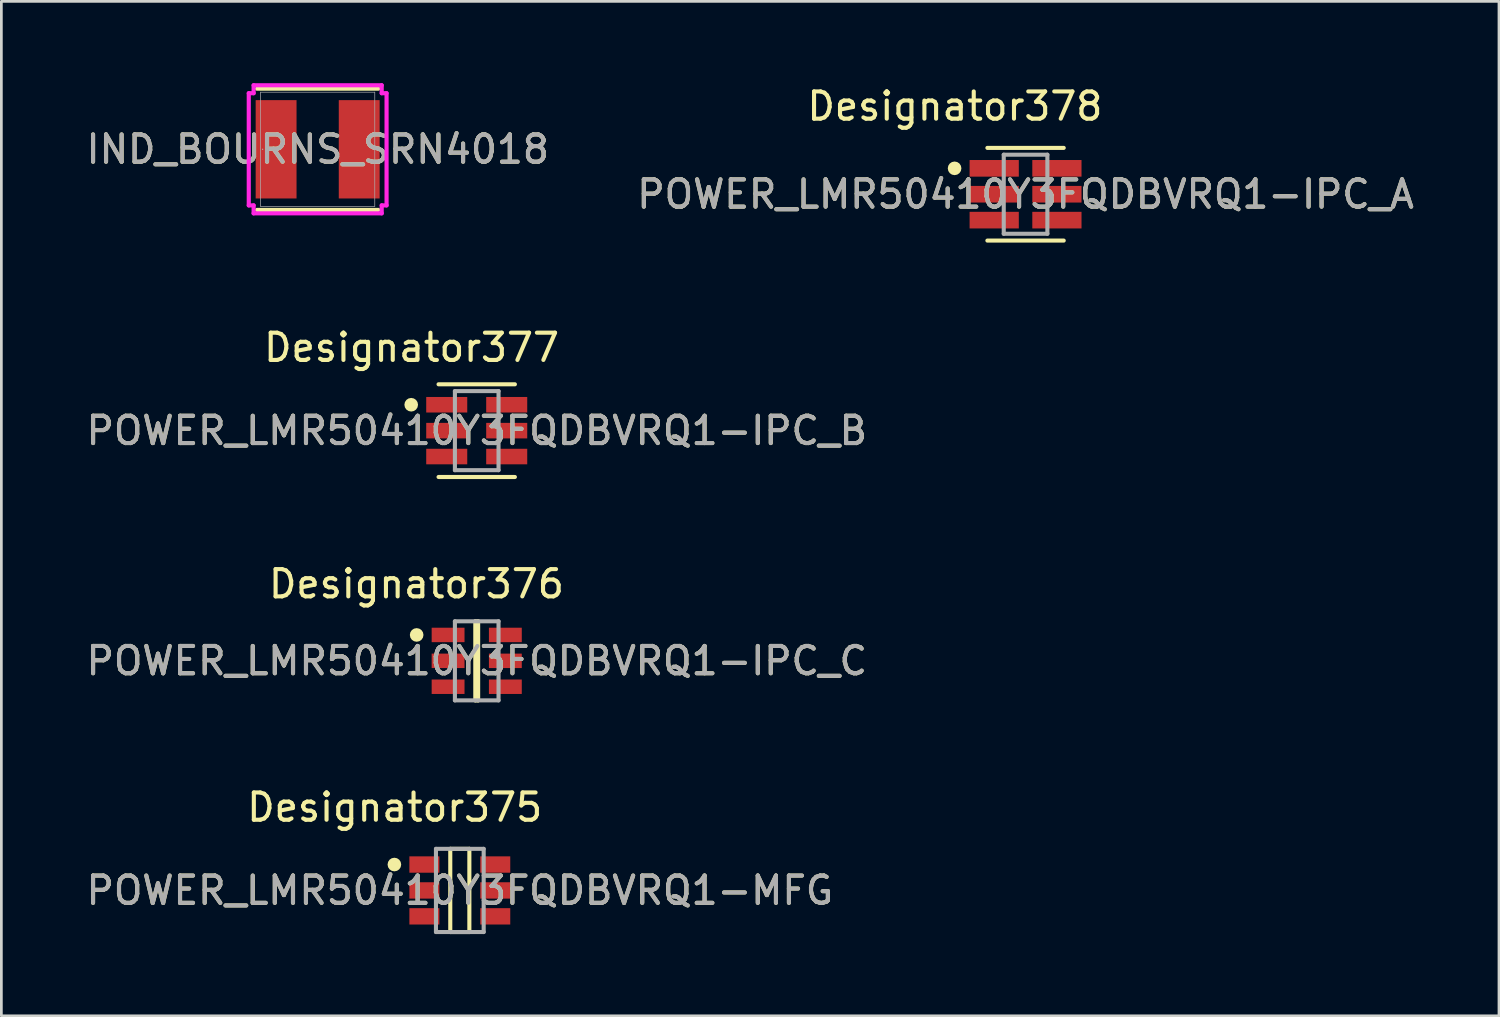
<source format=kicad_pcb>
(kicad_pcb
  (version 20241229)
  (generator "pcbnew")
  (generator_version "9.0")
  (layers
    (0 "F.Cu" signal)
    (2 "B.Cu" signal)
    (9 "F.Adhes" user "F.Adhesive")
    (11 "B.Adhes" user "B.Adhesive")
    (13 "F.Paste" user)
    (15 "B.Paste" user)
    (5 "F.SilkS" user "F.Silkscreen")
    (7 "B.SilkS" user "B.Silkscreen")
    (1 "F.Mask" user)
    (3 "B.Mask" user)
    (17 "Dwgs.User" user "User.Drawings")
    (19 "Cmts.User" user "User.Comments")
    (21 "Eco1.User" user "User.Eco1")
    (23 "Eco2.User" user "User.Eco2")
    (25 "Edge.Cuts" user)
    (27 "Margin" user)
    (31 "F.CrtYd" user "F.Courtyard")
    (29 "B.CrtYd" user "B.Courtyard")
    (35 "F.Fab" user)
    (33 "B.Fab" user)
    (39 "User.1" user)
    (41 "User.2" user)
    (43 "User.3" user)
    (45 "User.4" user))
  (footprint "POWER_LMR50410Y3FQDBVRQ1-IPC_A"
    (layer "F.Cu")
    (at 34.565 4.074)
    (property "Reference" "POWER_LMR50410Y3FQDBVRQ1-IPC_A" (at 0 0 0) (unlocked yes) (layer "F.SilkS") (effects (font (size 1 1) (thickness 0.15))))
    (attr smd)
    (fp_line (start -1.4 -1.7) (end 1.4 -1.7) (stroke (width 0.15) (type solid)) (layer "F.SilkS"))
    (fp_line (start -1.4 1.7) (end 1.4 1.7) (stroke (width 0.15) (type solid)) (layer "F.SilkS"))
    (fp_circle (center -2.603 -0.95) (end -2.478 -0.95) (stroke (width 0.25) (type solid)) (fill no) (layer "F.SilkS"))
    (fp_line (start -0.8 -1.45) (end 0.8 -1.45) (stroke (width 0.15) (type solid)) (layer "F.Fab"))
    (fp_line (start -0.8 1.45) (end -0.8 -1.45) (stroke (width 0.15) (type solid)) (layer "F.Fab"))
    (fp_line (start -0.8 1.45) (end 0.8 1.45) (stroke (width 0.15) (type solid)) (layer "F.Fab"))
    (fp_line (start 0.8 1.45) (end 0.8 -1.45) (stroke (width 0.15) (type solid)) (layer "F.Fab"))
    (fp_text user "Designator378" (at -2.591 -3.226 0) (unlocked yes) (layer "F.SilkS") (effects (font (size 1 1) (thickness 0.15))))
    (fp_text user "${REFERENCE}" (at 0 0 0) (unlocked yes) (layer "F.Fab") (effects (font (size 1 1) (thickness 0.15))))
    (pad "1" smd rect (at -1.15 -0.95) (size 1.805 0.61) (layers "F.Cu" "F.Mask" "F.Paste"))
    (pad "2" smd rect (at -1.15 0) (size 1.805 0.61) (layers "F.Cu" "F.Mask" "F.Paste"))
    (pad "3" smd rect (at -1.15 0.95) (size 1.805 0.61) (layers "F.Cu" "F.Mask" "F.Paste"))
    (pad "4" smd rect (at 1.15 0.95) (size 1.805 0.61) (layers "F.Cu" "F.Mask" "F.Paste"))
    (pad "5" smd rect (at 1.15 0) (size 1.805 0.61) (layers "F.Cu" "F.Mask" "F.Paste"))
    (pad "6" smd rect (at 1.15 -0.95) (size 1.805 0.61) (layers "F.Cu" "F.Mask" "F.Paste")))
  (footprint "POWER_LMR50410Y3FQDBVRQ1-IPC_B"
    (layer "F.Cu")
    (at 14.435 12.745)
    (property "Reference" "POWER_LMR50410Y3FQDBVRQ1-IPC_B" (at 0 0 0) (unlocked yes) (layer "F.SilkS") (effects (font (size 1 1) (thickness 0.15))))
    (attr smd)
    (fp_line (start -1.4 -1.7) (end 1.4 -1.7) (stroke (width 0.15) (type solid)) (layer "F.SilkS"))
    (fp_line (start -1.4 1.7) (end 1.4 1.7) (stroke (width 0.15) (type solid)) (layer "F.SilkS"))
    (fp_circle (center -2.403 -0.95) (end -2.278 -0.95) (stroke (width 0.25) (type solid)) (fill no) (layer "F.SilkS"))
    (fp_line (start -0.8 -1.45) (end 0.8 -1.45) (stroke (width 0.15) (type solid)) (layer "F.Fab"))
    (fp_line (start -0.8 1.45) (end -0.8 -1.45) (stroke (width 0.15) (type solid)) (layer "F.Fab"))
    (fp_line (start -0.8 1.45) (end 0.8 1.45) (stroke (width 0.15) (type solid)) (layer "F.Fab"))
    (fp_line (start 0.8 1.45) (end 0.8 -1.45) (stroke (width 0.15) (type solid)) (layer "F.Fab"))
    (fp_text user "Designator377" (at -2.389 -3.048 0) (unlocked yes) (layer "F.SilkS") (effects (font (size 1 1) (thickness 0.15))))
    (fp_text user "${REFERENCE}" (at 0 0 0) (unlocked yes) (layer "F.Fab") (effects (font (size 1 1) (thickness 0.15))))
    (pad "1" smd rect (at -1.1 -0.95) (size 1.505 0.57) (layers "F.Cu" "F.Mask" "F.Paste"))
    (pad "2" smd rect (at -1.1 0) (size 1.505 0.57) (layers "F.Cu" "F.Mask" "F.Paste"))
    (pad "3" smd rect (at -1.1 0.95) (size 1.505 0.57) (layers "F.Cu" "F.Mask" "F.Paste"))
    (pad "4" smd rect (at 1.1 0.95) (size 1.505 0.57) (layers "F.Cu" "F.Mask" "F.Paste"))
    (pad "5" smd rect (at 1.1 0) (size 1.505 0.57) (layers "F.Cu" "F.Mask" "F.Paste"))
    (pad "6" smd rect (at 1.1 -0.95) (size 1.505 0.57) (layers "F.Cu" "F.Mask" "F.Paste")))
  (footprint "POWER_LMR50410Y3FQDBVRQ1-IPC_C"
    (layer "F.Cu")
    (at 14.435 21.188)
    (property "Reference" "POWER_LMR50410Y3FQDBVRQ1-IPC_C" (at 0 0 0) (unlocked yes) (layer "F.SilkS") (effects (font (size 1 1) (thickness 0.15))))
    (attr smd)
    (fp_line (start -0.052 -1.45) (end 0.052 -1.45) (stroke (width 0.15) (type solid)) (layer "F.SilkS"))
    (fp_line (start -0.052 1.45) (end -0.052 -1.45) (stroke (width 0.15) (type solid)) (layer "F.SilkS"))
    (fp_line (start -0.052 1.45) (end 0.052 1.45) (stroke (width 0.15) (type solid)) (layer "F.SilkS"))
    (fp_line (start 0.052 1.45) (end 0.052 -1.45) (stroke (width 0.15) (type solid)) (layer "F.SilkS"))
    (fp_circle (center -2.203 -0.95) (end -2.078 -0.95) (stroke (width 0.25) (type solid)) (fill no) (layer "F.SilkS"))
    (fp_line (start -0.8 -1.45) (end 0.8 -1.45) (stroke (width 0.15) (type solid)) (layer "F.Fab"))
    (fp_line (start -0.8 1.45) (end -0.8 -1.45) (stroke (width 0.15) (type solid)) (layer "F.Fab"))
    (fp_line (start -0.8 1.45) (end 0.8 1.45) (stroke (width 0.15) (type solid)) (layer "F.Fab"))
    (fp_line (start 0.8 1.45) (end 0.8 -1.45) (stroke (width 0.15) (type solid)) (layer "F.Fab"))
    (fp_text user "Designator376" (at -2.21 -2.819 0) (unlocked yes) (layer "F.SilkS") (effects (font (size 1 1) (thickness 0.15))))
    (fp_text user "${REFERENCE}" (at 0 0 0) (unlocked yes) (layer "F.Fab") (effects (font (size 1 1) (thickness 0.15))))
    (pad "1" smd rect (at -1.05 -0.95) (size 1.205 0.53) (layers "F.Cu" "F.Mask" "F.Paste"))
    (pad "2" smd rect (at -1.05 0) (size 1.205 0.53) (layers "F.Cu" "F.Mask" "F.Paste"))
    (pad "3" smd rect (at -1.05 0.95) (size 1.205 0.53) (layers "F.Cu" "F.Mask" "F.Paste"))
    (pad "4" smd rect (at 1.05 0.95) (size 1.205 0.53) (layers "F.Cu" "F.Mask" "F.Paste"))
    (pad "5" smd rect (at 1.05 0) (size 1.205 0.53) (layers "F.Cu" "F.Mask" "F.Paste"))
    (pad "6" smd rect (at 1.05 -0.95) (size 1.205 0.53) (layers "F.Cu" "F.Mask" "F.Paste")))
  (footprint "IND_BOURNS_SRN4018"
    (layer "F.Cu")
    (at 8.601 2.426)
    (property "Reference" "IND_BOURNS_SRN4018" (at 0 0 0) (unlocked yes) (layer "F.SilkS") (effects (font (size 1 1) (thickness 0.15))))
    (attr smd)
    (fp_line (start -2.223 2.223) (end 2.223 2.223) (stroke (width 0.152) (type solid)) (layer "F.SilkS"))
    (fp_line (start 2.223 -2.223) (end -2.223 -2.223) (stroke (width 0.152) (type solid)) (layer "F.SilkS"))
    (fp_line (start -2.527 -2.057) (end -2.349 -2.057) (stroke (width 0.152) (type solid)) (layer "F.CrtYd"))
    (fp_line (start -2.527 2.057) (end -2.527 -2.057) (stroke (width 0.152) (type solid)) (layer "F.CrtYd"))
    (fp_line (start -2.349 -2.349) (end 2.349 -2.349) (stroke (width 0.152) (type solid)) (layer "F.CrtYd"))
    (fp_line (start -2.349 -2.057) (end -2.349 -2.349) (stroke (width 0.152) (type solid)) (layer "F.CrtYd"))
    (fp_line (start -2.349 2.057) (end -2.527 2.057) (stroke (width 0.152) (type solid)) (layer "F.CrtYd"))
    (fp_line (start -2.349 2.349) (end -2.349 2.057) (stroke (width 0.152) (type solid)) (layer "F.CrtYd"))
    (fp_line (start 2.349 -2.349) (end 2.349 -2.057) (stroke (width 0.152) (type solid)) (layer "F.CrtYd"))
    (fp_line (start 2.349 -2.057) (end 2.527 -2.057) (stroke (width 0.152) (type solid)) (layer "F.CrtYd"))
    (fp_line (start 2.349 2.057) (end 2.349 2.349) (stroke (width 0.152) (type solid)) (layer "F.CrtYd"))
    (fp_line (start 2.349 2.349) (end -2.349 2.349) (stroke (width 0.152) (type solid)) (layer "F.CrtYd"))
    (fp_line (start 2.527 -2.057) (end 2.527 2.057) (stroke (width 0.152) (type solid)) (layer "F.CrtYd"))
    (fp_line (start 2.527 2.057) (end 2.349 2.057) (stroke (width 0.152) (type solid)) (layer "F.CrtYd"))
    (fp_line (start -2.095 -2.095) (end -2.095 2.095) (stroke (width 0.025) (type solid)) (layer "F.Fab"))
    (fp_line (start -2.095 2.095) (end 2.095 2.095) (stroke (width 0.025) (type solid)) (layer "F.Fab"))
    (fp_line (start 2.095 -2.095) (end -2.095 -2.095) (stroke (width 0.025) (type solid)) (layer "F.Fab"))
    (fp_line (start 2.095 2.095) (end 2.095 -2.095) (stroke (width 0.025) (type solid)) (layer "F.Fab"))
    (fp_circle (center -2.019 0) (end -2.019 0) (stroke (width 0.025) (type solid)) (fill no) (layer "F.Fab"))
    (fp_text user "${REFERENCE}" (at 0 0 0) (unlocked yes) (layer "F.Fab") (effects (font (size 1 1) (thickness 0.15))))
    (pad "1" smd rect (at -1.524 0) (size 1.499 3.607) (layers "F.Cu" "F.Mask" "F.Paste"))
    (pad "2" smd rect (at 1.524 0) (size 1.499 3.607) (layers "F.Cu" "F.Mask" "F.Paste"))
    (zone (net_name "") (layer "F.Cu") (hatch full 0.508) (connect_pads) (min_thickness 0.254) (filled_areas_thickness no) (keepout (tracks not_allowed) (vias not_allowed) (pads allowed) (copperpour not_allowed) (footprints allowed)) (placement (enabled no)) (fill) (polygon (pts (xy 7.877 0.381) (xy 9.325 0.381) (xy 9.325 4.47) (xy 7.877 4.47)))))
  (footprint "POWER_LMR50410Y3FQDBVRQ1-MFG"
    (layer "F.Cu")
    (at 13.815 29.609)
    (property "Reference" "POWER_LMR50410Y3FQDBVRQ1-MFG" (at 0 0 0) (unlocked yes) (layer "F.SilkS") (effects (font (size 1 1) (thickness 0.15))))
    (attr smd)
    (fp_line (start -0.35 -1.525) (end 0.35 -1.525) (stroke (width 0.15) (type solid)) (layer "F.SilkS"))
    (fp_line (start -0.35 1.525) (end -0.35 -1.525) (stroke (width 0.15) (type solid)) (layer "F.SilkS"))
    (fp_line (start -0.35 1.525) (end 0.35 1.525) (stroke (width 0.15) (type solid)) (layer "F.SilkS"))
    (fp_line (start 0.35 1.525) (end 0.35 -1.525) (stroke (width 0.15) (type solid)) (layer "F.SilkS"))
    (fp_circle (center -2.4 -0.95) (end -2.275 -0.95) (stroke (width 0.25) (type solid)) (fill no) (layer "F.SilkS"))
    (fp_line (start -0.875 -1.525) (end 0.875 -1.525) (stroke (width 0.15) (type solid)) (layer "F.Fab"))
    (fp_line (start -0.875 1.525) (end -0.875 -1.525) (stroke (width 0.15) (type solid)) (layer "F.Fab"))
    (fp_line (start -0.875 1.525) (end 0.875 1.525) (stroke (width 0.15) (type solid)) (layer "F.Fab"))
    (fp_line (start 0.875 1.525) (end 0.875 -1.525) (stroke (width 0.15) (type solid)) (layer "F.Fab"))
    (fp_text user "Designator375" (at -2.388 -3.048 0) (unlocked yes) (layer "F.SilkS") (effects (font (size 1 1) (thickness 0.15))))
    (fp_text user "${REFERENCE}" (at 0 0 0) (unlocked yes) (layer "F.Fab") (effects (font (size 1 1) (thickness 0.15))))
    (pad "1" smd rect (at -1.3 -0.95) (size 1.1 0.6) (layers "F.Cu" "F.Mask" "F.Paste"))
    (pad "2" smd rect (at -1.3 0) (size 1.1 0.6) (layers "F.Cu" "F.Mask" "F.Paste"))
    (pad "3" smd rect (at -1.3 0.95) (size 1.1 0.6) (layers "F.Cu" "F.Mask" "F.Paste"))
    (pad "4" smd rect (at 1.3 0.95) (size 1.1 0.6) (layers "F.Cu" "F.Mask" "F.Paste"))
    (pad "5" smd rect (at 1.3 0) (size 1.1 0.6) (layers "F.Cu" "F.Mask" "F.Paste"))
    (pad "6" smd rect (at 1.3 -0.95) (size 1.1 0.6) (layers "F.Cu" "F.Mask" "F.Paste")))
  (gr_rect
    (start -3 -3)
    (end 51.929 34.209)
    (stroke (width 0.1) (type default))
    (fill no)
    (layer "Edge.Cuts")))
</source>
